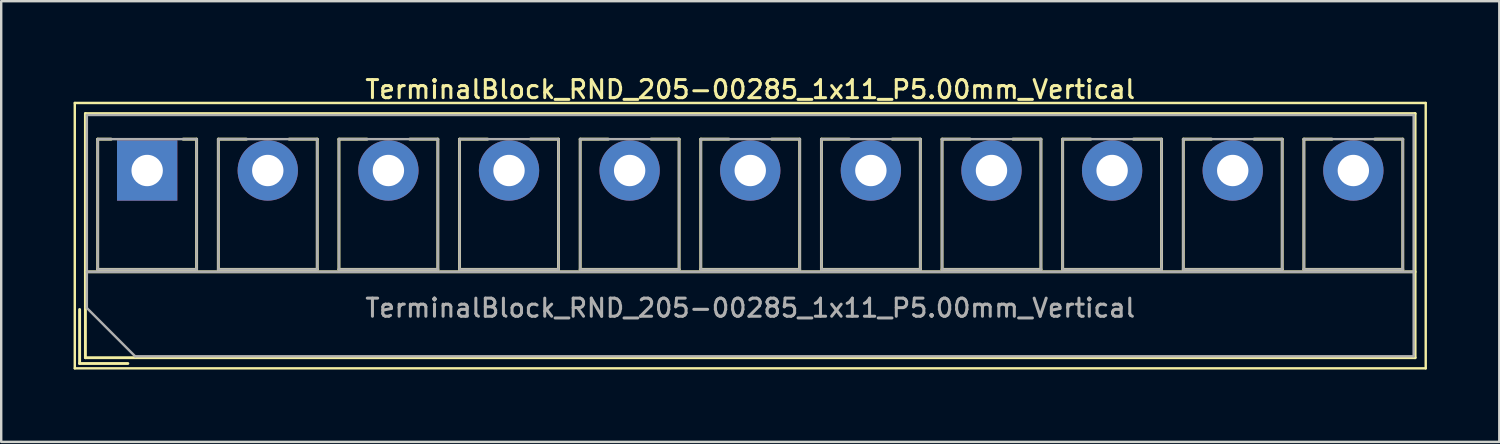
<source format=kicad_pcb>
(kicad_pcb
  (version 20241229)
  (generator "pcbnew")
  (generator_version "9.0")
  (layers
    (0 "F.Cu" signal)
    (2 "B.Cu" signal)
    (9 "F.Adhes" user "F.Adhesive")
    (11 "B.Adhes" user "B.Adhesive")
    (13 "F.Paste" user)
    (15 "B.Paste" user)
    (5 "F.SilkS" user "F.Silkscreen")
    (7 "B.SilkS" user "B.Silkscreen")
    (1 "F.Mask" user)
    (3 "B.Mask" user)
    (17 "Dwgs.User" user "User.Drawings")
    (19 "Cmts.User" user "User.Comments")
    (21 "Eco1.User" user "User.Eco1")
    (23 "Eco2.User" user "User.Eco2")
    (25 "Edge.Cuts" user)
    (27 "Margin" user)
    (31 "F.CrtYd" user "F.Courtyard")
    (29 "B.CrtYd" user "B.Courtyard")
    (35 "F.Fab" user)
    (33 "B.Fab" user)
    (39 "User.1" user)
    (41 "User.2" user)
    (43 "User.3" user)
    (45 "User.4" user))
  (footprint "TerminalBlock_RND_205-00285_1x11_P5.00mm_Vertical"
    (layer "F.Cu")
    (at 3.05 4.018)
    (property "Reference" "TerminalBlock_RND_205-00285_1x11_P5.00mm_Vertical" (at 25 -3.36 0) (layer "F.SilkS") (effects (font (size 0.75 0.75) (thickness 0.125))))
    (attr through_hole)
    (fp_line (start -3 -2.8) (end -3 8.2) (stroke (width 0.1) (type solid)) (layer "F.SilkS"))
    (fp_line (start -3 8.2) (end 53 8.2) (stroke (width 0.1) (type solid)) (layer "F.SilkS"))
    (fp_line (start -2.8 5.76) (end -2.8 8) (stroke (width 0.12) (type solid)) (layer "F.SilkS"))
    (fp_line (start -2.8 8) (end -0.8 8) (stroke (width 0.12) (type solid)) (layer "F.SilkS"))
    (fp_line (start -2.56 -2.36) (end -2.56 7.76) (stroke (width 0.12) (type solid)) (layer "F.SilkS"))
    (fp_line (start -2.56 -2.36) (end 52.56 -2.36) (stroke (width 0.12) (type solid)) (layer "F.SilkS"))
    (fp_line (start -2.56 4.2) (end 52.56 4.2) (stroke (width 0.12) (type solid)) (layer "F.SilkS"))
    (fp_line (start -2.56 7.76) (end 52.56 7.76) (stroke (width 0.12) (type solid)) (layer "F.SilkS"))
    (fp_line (start -2.05 -1.3) (end -2.05 4.1) (stroke (width 0.12) (type solid)) (layer "F.SilkS"))
    (fp_line (start -2.05 -1.3) (end -1.49 -1.3) (stroke (width 0.12) (type solid)) (layer "F.SilkS"))
    (fp_line (start -2.05 4.1) (end 2.05 4.1) (stroke (width 0.12) (type solid)) (layer "F.SilkS"))
    (fp_line (start 1.49 -1.3) (end 2.05 -1.3) (stroke (width 0.12) (type solid)) (layer "F.SilkS"))
    (fp_line (start 2.05 -1.3) (end 2.05 4.1) (stroke (width 0.12) (type solid)) (layer "F.SilkS"))
    (fp_line (start 2.95 -1.3) (end 2.95 4.1) (stroke (width 0.12) (type solid)) (layer "F.SilkS"))
    (fp_line (start 2.95 -1.3) (end 4.117 -1.3) (stroke (width 0.12) (type solid)) (layer "F.SilkS"))
    (fp_line (start 2.95 4.1) (end 7.05 4.1) (stroke (width 0.12) (type solid)) (layer "F.SilkS"))
    (fp_line (start 5.884 -1.3) (end 7.05 -1.3) (stroke (width 0.12) (type solid)) (layer "F.SilkS"))
    (fp_line (start 7.05 -1.3) (end 7.05 4.1) (stroke (width 0.12) (type solid)) (layer "F.SilkS"))
    (fp_line (start 7.95 -1.3) (end 7.95 4.1) (stroke (width 0.12) (type solid)) (layer "F.SilkS"))
    (fp_line (start 7.95 -1.3) (end 9.117 -1.3) (stroke (width 0.12) (type solid)) (layer "F.SilkS"))
    (fp_line (start 7.95 4.1) (end 12.05 4.1) (stroke (width 0.12) (type solid)) (layer "F.SilkS"))
    (fp_line (start 10.884 -1.3) (end 12.05 -1.3) (stroke (width 0.12) (type solid)) (layer "F.SilkS"))
    (fp_line (start 12.05 -1.3) (end 12.05 4.1) (stroke (width 0.12) (type solid)) (layer "F.SilkS"))
    (fp_line (start 12.95 -1.3) (end 12.95 4.1) (stroke (width 0.12) (type solid)) (layer "F.SilkS"))
    (fp_line (start 12.95 -1.3) (end 14.117 -1.3) (stroke (width 0.12) (type solid)) (layer "F.SilkS"))
    (fp_line (start 12.95 4.1) (end 17.05 4.1) (stroke (width 0.12) (type solid)) (layer "F.SilkS"))
    (fp_line (start 15.884 -1.3) (end 17.05 -1.3) (stroke (width 0.12) (type solid)) (layer "F.SilkS"))
    (fp_line (start 17.05 -1.3) (end 17.05 4.1) (stroke (width 0.12) (type solid)) (layer "F.SilkS"))
    (fp_line (start 17.95 -1.3) (end 17.95 4.1) (stroke (width 0.12) (type solid)) (layer "F.SilkS"))
    (fp_line (start 17.95 -1.3) (end 19.117 -1.3) (stroke (width 0.12) (type solid)) (layer "F.SilkS"))
    (fp_line (start 17.95 4.1) (end 22.05 4.1) (stroke (width 0.12) (type solid)) (layer "F.SilkS"))
    (fp_line (start 20.884 -1.3) (end 22.05 -1.3) (stroke (width 0.12) (type solid)) (layer "F.SilkS"))
    (fp_line (start 22.05 -1.3) (end 22.05 4.1) (stroke (width 0.12) (type solid)) (layer "F.SilkS"))
    (fp_line (start 22.95 -1.3) (end 22.95 4.1) (stroke (width 0.12) (type solid)) (layer "F.SilkS"))
    (fp_line (start 22.95 -1.3) (end 24.117 -1.3) (stroke (width 0.12) (type solid)) (layer "F.SilkS"))
    (fp_line (start 22.95 4.1) (end 27.05 4.1) (stroke (width 0.12) (type solid)) (layer "F.SilkS"))
    (fp_line (start 25.884 -1.3) (end 27.05 -1.3) (stroke (width 0.12) (type solid)) (layer "F.SilkS"))
    (fp_line (start 27.05 -1.3) (end 27.05 4.1) (stroke (width 0.12) (type solid)) (layer "F.SilkS"))
    (fp_line (start 27.95 -1.3) (end 27.95 4.1) (stroke (width 0.12) (type solid)) (layer "F.SilkS"))
    (fp_line (start 27.95 -1.3) (end 29.117 -1.3) (stroke (width 0.12) (type solid)) (layer "F.SilkS"))
    (fp_line (start 27.95 4.1) (end 32.05 4.1) (stroke (width 0.12) (type solid)) (layer "F.SilkS"))
    (fp_line (start 30.884 -1.3) (end 32.05 -1.3) (stroke (width 0.12) (type solid)) (layer "F.SilkS"))
    (fp_line (start 32.05 -1.3) (end 32.05 4.1) (stroke (width 0.12) (type solid)) (layer "F.SilkS"))
    (fp_line (start 32.95 -1.3) (end 32.95 4.1) (stroke (width 0.12) (type solid)) (layer "F.SilkS"))
    (fp_line (start 32.95 -1.3) (end 34.117 -1.3) (stroke (width 0.12) (type solid)) (layer "F.SilkS"))
    (fp_line (start 32.95 4.1) (end 37.05 4.1) (stroke (width 0.12) (type solid)) (layer "F.SilkS"))
    (fp_line (start 35.884 -1.3) (end 37.05 -1.3) (stroke (width 0.12) (type solid)) (layer "F.SilkS"))
    (fp_line (start 37.05 -1.3) (end 37.05 4.1) (stroke (width 0.12) (type solid)) (layer "F.SilkS"))
    (fp_line (start 37.95 -1.3) (end 37.95 4.1) (stroke (width 0.12) (type solid)) (layer "F.SilkS"))
    (fp_line (start 37.95 -1.3) (end 39.117 -1.3) (stroke (width 0.12) (type solid)) (layer "F.SilkS"))
    (fp_line (start 37.95 4.1) (end 42.05 4.1) (stroke (width 0.12) (type solid)) (layer "F.SilkS"))
    (fp_line (start 40.884 -1.3) (end 42.05 -1.3) (stroke (width 0.12) (type solid)) (layer "F.SilkS"))
    (fp_line (start 42.05 -1.3) (end 42.05 4.1) (stroke (width 0.12) (type solid)) (layer "F.SilkS"))
    (fp_line (start 42.95 -1.3) (end 42.95 4.1) (stroke (width 0.12) (type solid)) (layer "F.SilkS"))
    (fp_line (start 42.95 -1.3) (end 44.117 -1.3) (stroke (width 0.12) (type solid)) (layer "F.SilkS"))
    (fp_line (start 42.95 4.1) (end 47.05 4.1) (stroke (width 0.12) (type solid)) (layer "F.SilkS"))
    (fp_line (start 45.884 -1.3) (end 47.05 -1.3) (stroke (width 0.12) (type solid)) (layer "F.SilkS"))
    (fp_line (start 47.05 -1.3) (end 47.05 4.1) (stroke (width 0.12) (type solid)) (layer "F.SilkS"))
    (fp_line (start 47.95 -1.3) (end 47.95 4.1) (stroke (width 0.12) (type solid)) (layer "F.SilkS"))
    (fp_line (start 47.95 -1.3) (end 49.117 -1.3) (stroke (width 0.12) (type solid)) (layer "F.SilkS"))
    (fp_line (start 47.95 4.1) (end 52.05 4.1) (stroke (width 0.12) (type solid)) (layer "F.SilkS"))
    (fp_line (start 50.884 -1.3) (end 52.05 -1.3) (stroke (width 0.12) (type solid)) (layer "F.SilkS"))
    (fp_line (start 52.05 -1.3) (end 52.05 4.1) (stroke (width 0.12) (type solid)) (layer "F.SilkS"))
    (fp_line (start 52.56 -2.36) (end 52.56 7.76) (stroke (width 0.12) (type solid)) (layer "F.SilkS"))
    (fp_line (start 53 -2.8) (end -3 -2.8) (stroke (width 0.1) (type solid)) (layer "F.SilkS"))
    (fp_line (start 53 8.2) (end 53 -2.8) (stroke (width 0.1) (type solid)) (layer "F.SilkS"))
    (fp_line (start -2.5 -2.3) (end 52.5 -2.3) (stroke (width 0.1) (type solid)) (layer "F.Fab"))
    (fp_line (start -2.5 4.2) (end 52.5 4.2) (stroke (width 0.1) (type solid)) (layer "F.Fab"))
    (fp_line (start -2.5 5.7) (end -2.5 -2.3) (stroke (width 0.1) (type solid)) (layer "F.Fab"))
    (fp_line (start -2.05 -1.3) (end -2.05 4.1) (stroke (width 0.1) (type solid)) (layer "F.Fab"))
    (fp_line (start -2.05 4.1) (end 2.05 4.1) (stroke (width 0.1) (type solid)) (layer "F.Fab"))
    (fp_line (start -0.5 7.7) (end -2.5 5.7) (stroke (width 0.1) (type solid)) (layer "F.Fab"))
    (fp_line (start 2.05 -1.3) (end -2.05 -1.3) (stroke (width 0.1) (type solid)) (layer "F.Fab"))
    (fp_line (start 2.05 4.1) (end 2.05 -1.3) (stroke (width 0.1) (type solid)) (layer "F.Fab"))
    (fp_line (start 2.95 -1.3) (end 2.95 4.1) (stroke (width 0.1) (type solid)) (layer "F.Fab"))
    (fp_line (start 2.95 4.1) (end 7.05 4.1) (stroke (width 0.1) (type solid)) (layer "F.Fab"))
    (fp_line (start 7.05 -1.3) (end 2.95 -1.3) (stroke (width 0.1) (type solid)) (layer "F.Fab"))
    (fp_line (start 7.05 4.1) (end 7.05 -1.3) (stroke (width 0.1) (type solid)) (layer "F.Fab"))
    (fp_line (start 7.95 -1.3) (end 7.95 4.1) (stroke (width 0.1) (type solid)) (layer "F.Fab"))
    (fp_line (start 7.95 4.1) (end 12.05 4.1) (stroke (width 0.1) (type solid)) (layer "F.Fab"))
    (fp_line (start 12.05 -1.3) (end 7.95 -1.3) (stroke (width 0.1) (type solid)) (layer "F.Fab"))
    (fp_line (start 12.05 4.1) (end 12.05 -1.3) (stroke (width 0.1) (type solid)) (layer "F.Fab"))
    (fp_line (start 12.95 -1.3) (end 12.95 4.1) (stroke (width 0.1) (type solid)) (layer "F.Fab"))
    (fp_line (start 12.95 4.1) (end 17.05 4.1) (stroke (width 0.1) (type solid)) (layer "F.Fab"))
    (fp_line (start 17.05 -1.3) (end 12.95 -1.3) (stroke (width 0.1) (type solid)) (layer "F.Fab"))
    (fp_line (start 17.05 4.1) (end 17.05 -1.3) (stroke (width 0.1) (type solid)) (layer "F.Fab"))
    (fp_line (start 17.95 -1.3) (end 17.95 4.1) (stroke (width 0.1) (type solid)) (layer "F.Fab"))
    (fp_line (start 17.95 4.1) (end 22.05 4.1) (stroke (width 0.1) (type solid)) (layer "F.Fab"))
    (fp_line (start 22.05 -1.3) (end 17.95 -1.3) (stroke (width 0.1) (type solid)) (layer "F.Fab"))
    (fp_line (start 22.05 4.1) (end 22.05 -1.3) (stroke (width 0.1) (type solid)) (layer "F.Fab"))
    (fp_line (start 22.95 -1.3) (end 22.95 4.1) (stroke (width 0.1) (type solid)) (layer "F.Fab"))
    (fp_line (start 22.95 4.1) (end 27.05 4.1) (stroke (width 0.1) (type solid)) (layer "F.Fab"))
    (fp_line (start 27.05 -1.3) (end 22.95 -1.3) (stroke (width 0.1) (type solid)) (layer "F.Fab"))
    (fp_line (start 27.05 4.1) (end 27.05 -1.3) (stroke (width 0.1) (type solid)) (layer "F.Fab"))
    (fp_line (start 27.95 -1.3) (end 27.95 4.1) (stroke (width 0.1) (type solid)) (layer "F.Fab"))
    (fp_line (start 27.95 4.1) (end 32.05 4.1) (stroke (width 0.1) (type solid)) (layer "F.Fab"))
    (fp_line (start 32.05 -1.3) (end 27.95 -1.3) (stroke (width 0.1) (type solid)) (layer "F.Fab"))
    (fp_line (start 32.05 4.1) (end 32.05 -1.3) (stroke (width 0.1) (type solid)) (layer "F.Fab"))
    (fp_line (start 32.95 -1.3) (end 32.95 4.1) (stroke (width 0.1) (type solid)) (layer "F.Fab"))
    (fp_line (start 32.95 4.1) (end 37.05 4.1) (stroke (width 0.1) (type solid)) (layer "F.Fab"))
    (fp_line (start 37.05 -1.3) (end 32.95 -1.3) (stroke (width 0.1) (type solid)) (layer "F.Fab"))
    (fp_line (start 37.05 4.1) (end 37.05 -1.3) (stroke (width 0.1) (type solid)) (layer "F.Fab"))
    (fp_line (start 37.95 -1.3) (end 37.95 4.1) (stroke (width 0.1) (type solid)) (layer "F.Fab"))
    (fp_line (start 37.95 4.1) (end 42.05 4.1) (stroke (width 0.1) (type solid)) (layer "F.Fab"))
    (fp_line (start 42.05 -1.3) (end 37.95 -1.3) (stroke (width 0.1) (type solid)) (layer "F.Fab"))
    (fp_line (start 42.05 4.1) (end 42.05 -1.3) (stroke (width 0.1) (type solid)) (layer "F.Fab"))
    (fp_line (start 42.95 -1.3) (end 42.95 4.1) (stroke (width 0.1) (type solid)) (layer "F.Fab"))
    (fp_line (start 42.95 4.1) (end 47.05 4.1) (stroke (width 0.1) (type solid)) (layer "F.Fab"))
    (fp_line (start 47.05 -1.3) (end 42.95 -1.3) (stroke (width 0.1) (type solid)) (layer "F.Fab"))
    (fp_line (start 47.05 4.1) (end 47.05 -1.3) (stroke (width 0.1) (type solid)) (layer "F.Fab"))
    (fp_line (start 47.95 -1.3) (end 47.95 4.1) (stroke (width 0.1) (type solid)) (layer "F.Fab"))
    (fp_line (start 47.95 4.1) (end 52.05 4.1) (stroke (width 0.1) (type solid)) (layer "F.Fab"))
    (fp_line (start 52.05 -1.3) (end 47.95 -1.3) (stroke (width 0.1) (type solid)) (layer "F.Fab"))
    (fp_line (start 52.05 4.1) (end 52.05 -1.3) (stroke (width 0.1) (type solid)) (layer "F.Fab"))
    (fp_line (start 52.5 -2.3) (end 52.5 7.7) (stroke (width 0.1) (type solid)) (layer "F.Fab"))
    (fp_line (start 52.5 7.7) (end -0.5 7.7) (stroke (width 0.1) (type solid)) (layer "F.Fab"))
    (fp_text user "${REFERENCE}" (at 25 5.7 0) (layer "F.Fab") (effects (font (size 0.75 0.75) (thickness 0.125))))
    (pad "1" thru_hole rect (at 0 0) (size 2.5 2.5) (drill 1.3) (layers "*.Cu" "*.Mask"))
    (pad "2" thru_hole circle (at 5 0) (size 2.5 2.5) (drill 1.3) (layers "*.Cu" "*.Mask"))
    (pad "3" thru_hole circle (at 10 0) (size 2.5 2.5) (drill 1.3) (layers "*.Cu" "*.Mask"))
    (pad "4" thru_hole circle (at 15 0) (size 2.5 2.5) (drill 1.3) (layers "*.Cu" "*.Mask"))
    (pad "5" thru_hole circle (at 20 0) (size 2.5 2.5) (drill 1.3) (layers "*.Cu" "*.Mask"))
    (pad "6" thru_hole circle (at 25 0) (size 2.5 2.5) (drill 1.3) (layers "*.Cu" "*.Mask"))
    (pad "7" thru_hole circle (at 30 0) (size 2.5 2.5) (drill 1.3) (layers "*.Cu" "*.Mask"))
    (pad "8" thru_hole circle (at 35 0) (size 2.5 2.5) (drill 1.3) (layers "*.Cu" "*.Mask"))
    (pad "9" thru_hole circle (at 40 0) (size 2.5 2.5) (drill 1.3) (layers "*.Cu" "*.Mask"))
    (pad "10" thru_hole circle (at 45 0) (size 2.5 2.5) (drill 1.3) (layers "*.Cu" "*.Mask"))
    (pad "11" thru_hole circle (at 50 0) (size 2.5 2.5) (drill 1.3) (layers "*.Cu" "*.Mask")))
  (gr_rect
    (start -3 -3)
    (end 59.1 15.268)
    (stroke (width 0.1) (type default))
    (fill no)
    (layer "Edge.Cuts")))
</source>
